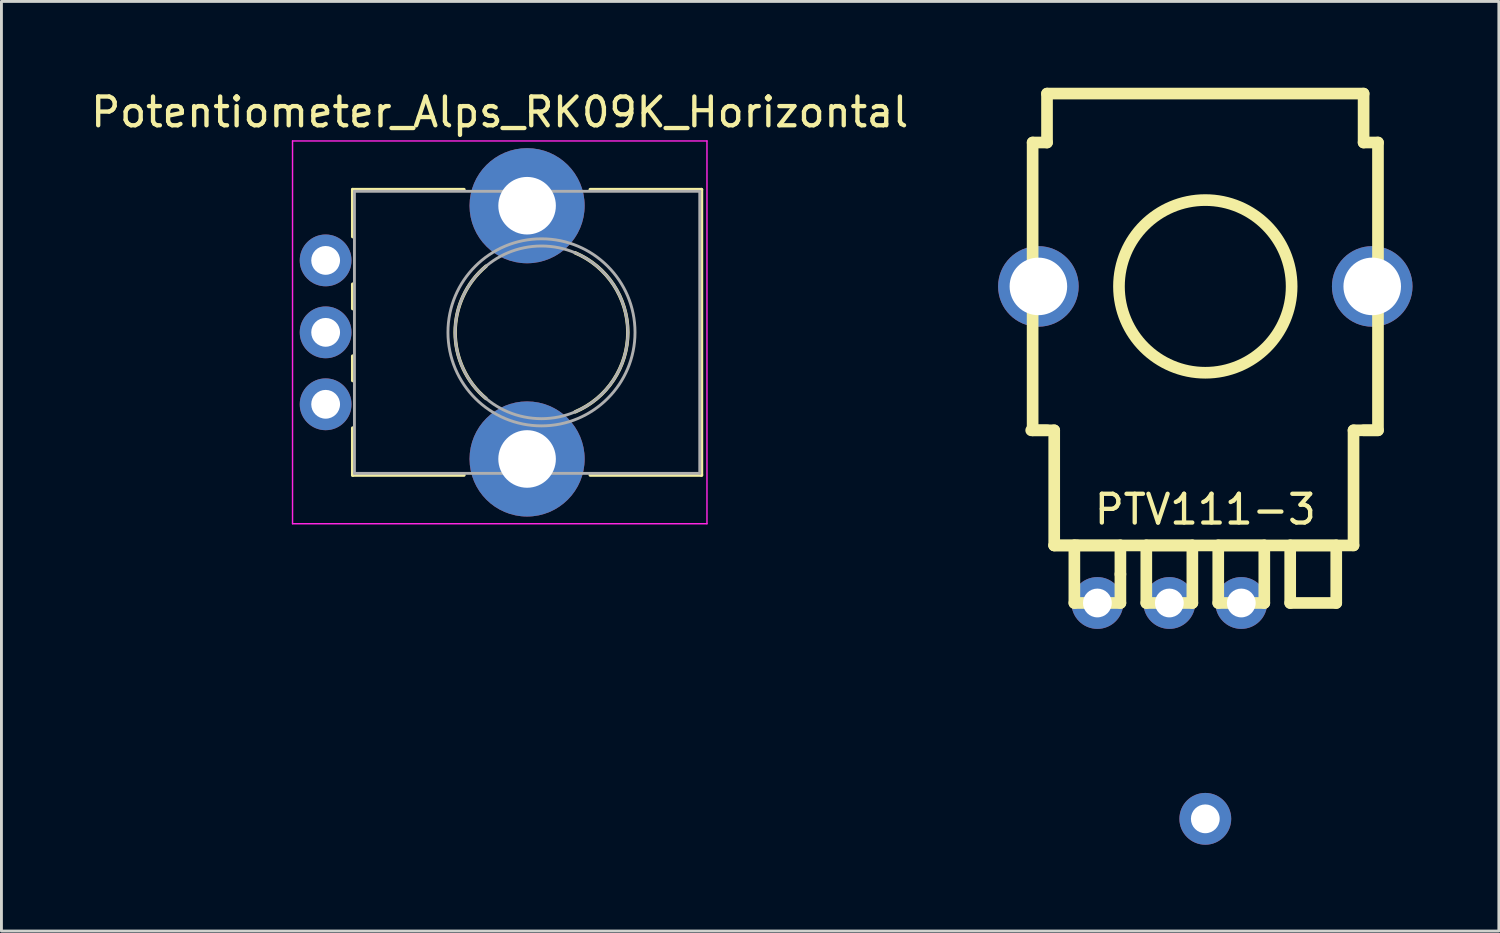
<source format=kicad_pcb>
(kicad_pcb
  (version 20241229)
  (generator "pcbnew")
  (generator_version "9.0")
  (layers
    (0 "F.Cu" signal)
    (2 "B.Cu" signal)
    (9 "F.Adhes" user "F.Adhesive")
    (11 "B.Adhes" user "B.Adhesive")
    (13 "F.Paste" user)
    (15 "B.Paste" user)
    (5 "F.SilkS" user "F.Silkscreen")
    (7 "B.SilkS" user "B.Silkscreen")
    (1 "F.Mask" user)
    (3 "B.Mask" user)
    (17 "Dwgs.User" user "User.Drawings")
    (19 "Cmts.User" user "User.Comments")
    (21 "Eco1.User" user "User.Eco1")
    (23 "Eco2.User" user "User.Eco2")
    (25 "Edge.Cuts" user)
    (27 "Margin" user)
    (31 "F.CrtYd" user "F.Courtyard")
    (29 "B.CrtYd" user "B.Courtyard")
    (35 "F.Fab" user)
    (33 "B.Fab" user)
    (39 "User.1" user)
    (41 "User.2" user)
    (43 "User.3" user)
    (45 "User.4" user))
  (footprint "Potentiometer_Alps_RK09K_Horizontal"
    (layer "F.Cu")
    (at 8.265 10.998)
    (property "Reference" "Potentiometer_Alps_RK09K_Horizontal" (at 6.05 -10.15 0) (layer "F.SilkS") (effects (font (size 1 1) (thickness 0.15))))
    (attr through_hole)
    (fp_line (start 0.94 -7.461) (end 0.94 -5.825) (stroke (width 0.12) (type solid)) (layer "F.SilkS"))
    (fp_line (start 0.94 -7.461) (end 4.806 -7.461) (stroke (width 0.12) (type solid)) (layer "F.SilkS"))
    (fp_line (start 0.94 -4.175) (end 0.94 -3.325) (stroke (width 0.12) (type solid)) (layer "F.SilkS"))
    (fp_line (start 0.94 -1.675) (end 0.94 -0.825) (stroke (width 0.12) (type solid)) (layer "F.SilkS"))
    (fp_line (start 0.94 0.825) (end 0.94 2.46) (stroke (width 0.12) (type solid)) (layer "F.SilkS"))
    (fp_line (start 0.94 2.46) (end 4.806 2.46) (stroke (width 0.12) (type solid)) (layer "F.SilkS"))
    (fp_line (start 9.195 -7.461) (end 13.06 -7.461) (stroke (width 0.12) (type solid)) (layer "F.SilkS"))
    (fp_line (start 9.195 2.46) (end 13.06 2.46) (stroke (width 0.12) (type solid)) (layer "F.SilkS"))
    (fp_line (start 13.06 -7.461) (end 13.06 2.46) (stroke (width 0.12) (type solid)) (layer "F.SilkS"))
    (fp_arc (start 5.571705 -0.202247) (mid 4.500335 -2.500192) (end 5.572 -4.798) (stroke (width 0.12) (type solid)) (layer "F.SilkS"))
    (fp_arc (start 8.671982 -5.262432) (mid 10.500762 -2.500553) (end 8.673 0.262) (stroke (width 0.12) (type solid)) (layer "F.SilkS"))
    (fp_line (start -1.15 -9.15) (end -1.15 4.15) (stroke (width 0.05) (type solid)) (layer "F.CrtYd"))
    (fp_line (start -1.15 4.15) (end 13.25 4.15) (stroke (width 0.05) (type solid)) (layer "F.CrtYd"))
    (fp_line (start 13.25 -9.15) (end -1.15 -9.15) (stroke (width 0.05) (type solid)) (layer "F.CrtYd"))
    (fp_line (start 13.25 4.15) (end 13.25 -9.15) (stroke (width 0.05) (type solid)) (layer "F.CrtYd"))
    (fp_line (start 1 -7.4) (end 1 2.4) (stroke (width 0.1) (type solid)) (layer "F.Fab"))
    (fp_line (start 1 2.4) (end 13 2.4) (stroke (width 0.1) (type solid)) (layer "F.Fab"))
    (fp_line (start 13 -7.4) (end 1 -7.4) (stroke (width 0.1) (type solid)) (layer "F.Fab"))
    (fp_line (start 13 2.4) (end 13 -7.4) (stroke (width 0.1) (type solid)) (layer "F.Fab"))
    (fp_circle (center 7.5 -2.5) (end 10.5 -2.5) (stroke (width 0.1) (type solid)) (fill no) (layer "F.Fab"))
    (fp_circle (center 7.5 -2.5) (end 10.75 -2.5) (stroke (width 0.1) (type solid)) (fill no) (layer "F.Fab"))
    (pad "" np_thru_hole circle (at 7 -6.9) (size 4 4) (drill 2) (layers "*.Cu" "*.Mask"))
    (pad "" np_thru_hole circle (at 7 1.9) (size 4 4) (drill 2) (layers "*.Cu" "*.Mask"))
    (pad "1" thru_hole circle (at 0 0) (size 1.8 1.8) (drill 1) (layers "*.Cu" "*.Mask"))
    (pad "2" thru_hole circle (at 0 -2.5) (size 1.8 1.8) (drill 1) (layers "*.Cu" "*.Mask"))
    (pad "3" thru_hole circle (at 0 -5) (size 1.8 1.8) (drill 1) (layers "*.Cu" "*.Mask")))
  (footprint "PTV111-3"
    (layer "F.Cu")
    (at 38.831 6.902)
    (property "Reference" "PTV111-3" (at 0 7.75 0) (layer "F.SilkS") (effects (font (size 1 1) (thickness 0.15))))
    (attr through_hole)
    (fp_line (start -6 5) (end -6 -5) (stroke (width 0.405) (type solid)) (layer "F.SilkS"))
    (fp_line (start -6 5) (end -5.5 5) (stroke (width 0.405) (type solid)) (layer "F.SilkS"))
    (fp_line (start -5.5 -6.7) (end -5.5 -5) (stroke (width 0.405) (type solid)) (layer "F.SilkS"))
    (fp_line (start -5.5 -5) (end -6 -5) (stroke (width 0.405) (type solid)) (layer "F.SilkS"))
    (fp_line (start -5.25 5) (end -6.05 5) (stroke (width 0.405) (type solid)) (layer "F.SilkS"))
    (fp_line (start -5.25 9) (end -5.25 5) (stroke (width 0.405) (type solid)) (layer "F.SilkS"))
    (fp_line (start -5.25 9) (end 5.15 9) (stroke (width 0.405) (type solid)) (layer "F.SilkS"))
    (fp_line (start -4.55 9) (end -4.55 11) (stroke (width 0.405) (type solid)) (layer "F.SilkS"))
    (fp_line (start -4.55 11) (end -2.95 11) (stroke (width 0.405) (type solid)) (layer "F.SilkS"))
    (fp_line (start -4.45 9) (end -5.25 9) (stroke (width 0.405) (type solid)) (layer "F.SilkS"))
    (fp_line (start -2.95 9) (end -4.55 9) (stroke (width 0.405) (type solid)) (layer "F.SilkS"))
    (fp_line (start -2.95 10) (end -2.95 9) (stroke (width 0.405) (type solid)) (layer "F.SilkS"))
    (fp_line (start -2.95 11) (end -2.95 10) (stroke (width 0.405) (type solid)) (layer "F.SilkS"))
    (fp_line (start -2.05 9) (end -2.05 11) (stroke (width 0.405) (type solid)) (layer "F.SilkS"))
    (fp_line (start -2.05 11) (end -0.45 11) (stroke (width 0.405) (type solid)) (layer "F.SilkS"))
    (fp_line (start -0.45 9) (end -2.05 9) (stroke (width 0.405) (type solid)) (layer "F.SilkS"))
    (fp_line (start -0.45 11) (end -0.45 9) (stroke (width 0.405) (type solid)) (layer "F.SilkS"))
    (fp_line (start 0.45 9) (end 0.45 11) (stroke (width 0.405) (type solid)) (layer "F.SilkS"))
    (fp_line (start 0.45 11) (end 2.05 11) (stroke (width 0.405) (type solid)) (layer "F.SilkS"))
    (fp_line (start 2.05 9) (end 0.45 9) (stroke (width 0.405) (type solid)) (layer "F.SilkS"))
    (fp_line (start 2.05 11) (end 2.05 9) (stroke (width 0.405) (type solid)) (layer "F.SilkS"))
    (fp_line (start 2.95 9) (end 2.95 11) (stroke (width 0.405) (type solid)) (layer "F.SilkS"))
    (fp_line (start 2.95 11) (end 4.55 11) (stroke (width 0.405) (type solid)) (layer "F.SilkS"))
    (fp_line (start 4.55 9) (end 2.95 9) (stroke (width 0.405) (type solid)) (layer "F.SilkS"))
    (fp_line (start 4.55 11) (end 4.55 9) (stroke (width 0.405) (type solid)) (layer "F.SilkS"))
    (fp_line (start 5.15 5) (end 5.95 5) (stroke (width 0.405) (type solid)) (layer "F.SilkS"))
    (fp_line (start 5.15 9) (end 5.15 5) (stroke (width 0.405) (type solid)) (layer "F.SilkS"))
    (fp_line (start 5.5 -6.7) (end -5.5 -6.7) (stroke (width 0.405) (type solid)) (layer "F.SilkS"))
    (fp_line (start 5.5 -5) (end 5.5 -6.7) (stroke (width 0.405) (type solid)) (layer "F.SilkS"))
    (fp_line (start 6 -5) (end 5.5 -5) (stroke (width 0.405) (type solid)) (layer "F.SilkS"))
    (fp_line (start 6 -5) (end 6 0) (stroke (width 0.405) (type solid)) (layer "F.SilkS"))
    (fp_line (start 6 0) (end 6 5) (stroke (width 0.405) (type solid)) (layer "F.SilkS"))
    (fp_line (start 6 5) (end 5.5 5) (stroke (width 0.405) (type solid)) (layer "F.SilkS"))
    (fp_circle (center 0 0) (end 3 0) (stroke (width 0.405) (type solid)) (fill no) (layer "F.SilkS"))
    (pad "1" thru_hole circle (at -3.75 11) (size 1.8 1.8) (drill 1) (layers "*.Cu" "*.Mask"))
    (pad "2" thru_hole circle (at -1.25 11) (size 1.8 1.8) (drill 1) (layers "*.Cu" "*.Mask"))
    (pad "3" thru_hole circle (at 1.25 11) (size 1.8 1.8) (drill 1) (layers "*.Cu" "*.Mask"))
    (pad "3" thru_hole circle (at 5.8 0) (size 2.8 2.8) (drill 2) (layers "*.Cu" "*.Mask"))
    (pad "4" thru_hole circle (at -5.8 0) (size 2.8 2.8) (drill 2) (layers "*.Cu" "*.Mask"))
    (pad "4" thru_hole circle (at 0 18.5) (size 1.8 1.8) (drill 1) (layers "*.Cu" "*.Mask")))
  (gr_rect
    (start -3 -3)
    (end 49.031 29.302)
    (stroke (width 0.1) (type default))
    (fill no)
    (layer "Edge.Cuts")))
</source>
